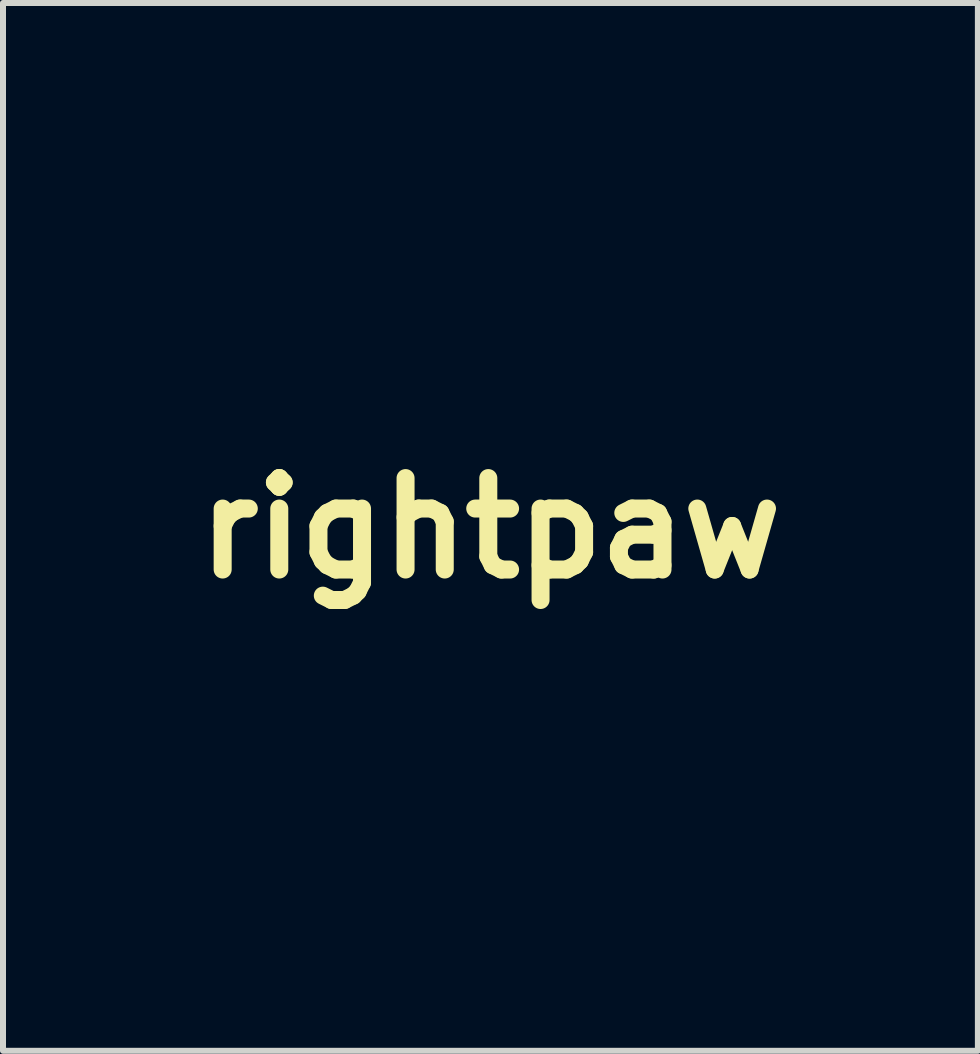
<source format=kicad_pcb>
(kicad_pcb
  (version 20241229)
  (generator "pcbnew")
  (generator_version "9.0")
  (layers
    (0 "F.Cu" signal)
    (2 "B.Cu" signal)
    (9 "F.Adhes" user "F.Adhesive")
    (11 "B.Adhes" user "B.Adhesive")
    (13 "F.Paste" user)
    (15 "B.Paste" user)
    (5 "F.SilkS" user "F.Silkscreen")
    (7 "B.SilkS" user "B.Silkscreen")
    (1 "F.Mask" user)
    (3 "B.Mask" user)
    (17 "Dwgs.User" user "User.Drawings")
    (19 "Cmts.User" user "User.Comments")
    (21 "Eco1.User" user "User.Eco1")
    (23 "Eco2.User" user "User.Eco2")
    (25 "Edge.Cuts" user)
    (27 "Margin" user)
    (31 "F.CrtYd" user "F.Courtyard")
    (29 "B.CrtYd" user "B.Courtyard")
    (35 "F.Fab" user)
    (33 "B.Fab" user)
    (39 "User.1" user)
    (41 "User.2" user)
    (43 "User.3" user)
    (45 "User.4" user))
  (footprint "rightpaw"
    (layer "F.Cu")
    (at 5.124 5.752)
    (property "Reference" "rightpaw" (at 0 0 0) (layer "F.SilkS") (effects (font (size 1.524 1.524) (thickness 0.3))))
    (attr through_hole)
    (fp_poly (pts (xy -4.166 -2.553) (xy -4.178 -2.54) (xy -4.191 -2.553) (xy -4.178 -2.565) (xy -4.166 -2.553)) (stroke (width 0.01) (type solid)) (fill yes) (layer "F.Mask"))
    (fp_poly (pts (xy -2.997 -3.924) (xy -3.01 -3.912) (xy -3.023 -3.924) (xy -3.01 -3.937) (xy -2.997 -3.924)) (stroke (width 0.01) (type solid)) (fill yes) (layer "F.Mask"))
    (fp_poly (pts (xy -0.737 5.601) (xy -0.749 5.613) (xy -0.762 5.601) (xy -0.749 5.588) (xy -0.737 5.601)) (stroke (width 0.01) (type solid)) (fill yes) (layer "F.Mask"))
    (fp_poly (pts (xy 1.422 -4.356) (xy 1.41 -4.343) (xy 1.397 -4.356) (xy 1.41 -4.369) (xy 1.422 -4.356)) (stroke (width 0.01) (type solid)) (fill yes) (layer "F.Mask"))
    (fp_poly (pts (xy -4.098 1.507) (xy -4.101 1.522) (xy -4.115 1.524) (xy -4.136 1.515) (xy -4.132 1.507) (xy -4.102 1.504) (xy -4.098 1.507)) (stroke (width 0.01) (type solid)) (fill yes) (layer "F.Mask"))
    (fp_poly (pts (xy -1.761 -1.998) (xy -1.758 -1.968) (xy -1.761 -1.964) (xy -1.776 -1.968) (xy -1.778 -1.981) (xy -1.769 -2.002) (xy -1.761 -1.998)) (stroke (width 0.01) (type solid)) (fill yes) (layer "F.Mask"))
    (fp_poly (pts (xy 0.271 -2.545) (xy 0.274 -2.505) (xy 0.269 -2.496) (xy 0.258 -2.504) (xy 0.256 -2.529) (xy 0.262 -2.557) (xy 0.271 -2.545)) (stroke (width 0.01) (type solid)) (fill yes) (layer "F.Mask"))
    (fp_poly (pts (xy 0.677 -4.35) (xy 0.681 -4.298) (xy 0.677 -4.286) (xy 0.668 -4.283) (xy 0.664 -4.318) (xy 0.668 -4.354) (xy 0.677 -4.35)) (stroke (width 0.01) (type solid)) (fill yes) (layer "F.Mask"))
    (fp_poly (pts (xy 3.294 -2.545) (xy 3.297 -2.505) (xy 3.292 -2.496) (xy 3.28 -2.504) (xy 3.279 -2.529) (xy 3.285 -2.557) (xy 3.294 -2.545)) (stroke (width 0.01) (type solid)) (fill yes) (layer "F.Mask"))
    (fp_poly (pts (xy -2.36 0.145) (xy -2.347 0.177) (xy -2.358 0.188) (xy -2.393 0.186) (xy -2.401 0.177) (xy -2.407 0.14) (xy -2.382 0.131) (xy -2.36 0.145)) (stroke (width 0.01) (type solid)) (fill yes) (layer "F.Mask"))
    (fp_poly (pts (xy 1.291 -0.168) (xy 1.319 -0.144) (xy 1.321 -0.138) (xy 1.309 -0.128) (xy 1.284 -0.151) (xy 1.28 -0.156) (xy 1.277 -0.174) (xy 1.291 -0.168)) (stroke (width 0.01) (type solid)) (fill yes) (layer "F.Mask"))
    (fp_poly (pts (xy 1.525 -0.05) (xy 1.547 -0.022) (xy 1.534 0.001) (xy 1.506 0.012) (xy 1.489 -0.015) (xy 1.479 -0.059) (xy 1.499 -0.064) (xy 1.525 -0.05)) (stroke (width 0.01) (type solid)) (fill yes) (layer "F.Mask"))
    (fp_poly (pts (xy 2.358 -2.403) (xy 2.386 -2.377) (xy 2.38 -2.362) (xy 2.376 -2.362) (xy 2.355 -2.38) (xy 2.347 -2.392) (xy 2.344 -2.409) (xy 2.358 -2.403)) (stroke (width 0.01) (type solid)) (fill yes) (layer "F.Mask"))
    (fp_poly (pts (xy 4.671 -1.012) (xy 4.684 -0.987) (xy 4.676 -0.969) (xy 4.652 -0.949) (xy 4.636 -0.964) (xy 4.629 -1.003) (xy 4.659 -1.015) (xy 4.671 -1.012)) (stroke (width 0.01) (type solid)) (fill yes) (layer "F.Mask"))
    (fp_poly (pts (xy 4.797 -0.828) (xy 4.824 -0.804) (xy 4.826 -0.799) (xy 4.814 -0.788) (xy 4.789 -0.812) (xy 4.785 -0.817) (xy 4.782 -0.834) (xy 4.797 -0.828)) (stroke (width 0.01) (type solid)) (fill yes) (layer "F.Mask"))
    (fp_poly (pts (xy -4.962 -2.182) (xy -4.961 -2.178) (xy -4.957 -2.122) (xy -4.962 -2.101) (xy -4.97 -2.101) (xy -4.973 -2.14) (xy -4.973 -2.146) (xy -4.97 -2.186) (xy -4.962 -2.182)) (stroke (width 0.01) (type solid)) (fill yes) (layer "F.Mask"))
    (fp_poly (pts (xy -1.508 -4.392) (xy -1.506 -4.387) (xy -1.503 -4.332) (xy -1.507 -4.311) (xy -1.516 -4.31) (xy -1.519 -4.35) (xy -1.519 -4.356) (xy -1.515 -4.395) (xy -1.508 -4.392)) (stroke (width 0.01) (type solid)) (fill yes) (layer "F.Mask"))
    (fp_poly (pts (xy 3.353 0.572) (xy 3.377 0.594) (xy 3.378 0.598) (xy 3.359 0.609) (xy 3.353 0.61) (xy 3.328 0.59) (xy 3.327 0.583) (xy 3.343 0.568) (xy 3.353 0.572)) (stroke (width 0.01) (type solid)) (fill yes) (layer "F.Mask"))
    (fp_poly (pts (xy -3.907 1.619) (xy -3.899 1.626) (xy -3.867 1.655) (xy -3.861 1.664) (xy -3.881 1.678) (xy -3.899 1.686) (xy -3.93 1.682) (xy -3.937 1.647) (xy -3.931 1.611) (xy -3.907 1.619)) (stroke (width 0.01) (type solid)) (fill yes) (layer "F.Mask"))
    (fp_poly (pts (xy -3.823 -3.594) (xy -3.81 -3.574) (xy -3.792 -3.524) (xy -3.793 -3.498) (xy -3.805 -3.482) (xy -3.808 -3.497) (xy -3.817 -3.545) (xy -3.825 -3.573) (xy -3.833 -3.605) (xy -3.823 -3.594)) (stroke (width 0.01) (type solid)) (fill yes) (layer "F.Mask"))
    (fp_poly (pts (xy -3.33 3.092) (xy -3.33 3.099) (xy -3.34 3.152) (xy -3.353 3.2) (xy -3.373 3.264) (xy -3.375 3.2) (xy -3.367 3.135) (xy -3.353 3.099) (xy -3.333 3.074) (xy -3.33 3.092)) (stroke (width 0.01) (type solid)) (fill yes) (layer "F.Mask"))
    (fp_poly (pts (xy 1.064 -0.435) (xy 1.095 -0.398) (xy 1.112 -0.372) (xy 1.142 -0.309) (xy 1.142 -0.281) (xy 1.117 -0.292) (xy 1.078 -0.342) (xy 1.051 -0.397) (xy 1.047 -0.435) (xy 1.064 -0.435)) (stroke (width 0.01) (type solid)) (fill yes) (layer "F.Mask"))
    (fp_poly (pts (xy 2.778 -1.698) (xy 2.783 -1.691) (xy 2.816 -1.634) (xy 2.808 -1.605) (xy 2.783 -1.6) (xy 2.747 -1.621) (xy 2.73 -1.653) (xy 2.723 -1.707) (xy 2.742 -1.724) (xy 2.778 -1.698)) (stroke (width 0.01) (type solid)) (fill yes) (layer "F.Mask"))
    (fp_poly (pts (xy 3.131 -0.158) (xy 3.147 -0.131) (xy 3.166 -0.074) (xy 3.153 -0.044) (xy 3.125 -0.035) (xy 3.11 -0.058) (xy 3.101 -0.118) (xy 3.104 -0.145) (xy 3.114 -0.172) (xy 3.131 -0.158)) (stroke (width 0.01) (type solid)) (fill yes) (layer "F.Mask"))
    (fp_poly (pts (xy -4.316 1.229) (xy -4.287 1.275) (xy -4.276 1.296) (xy -4.24 1.363) (xy -4.232 1.391) (xy -4.251 1.384) (xy -4.292 1.352) (xy -4.335 1.293) (xy -4.34 1.25) (xy -4.331 1.222) (xy -4.316 1.229)) (stroke (width 0.01) (type solid)) (fill yes) (layer "F.Mask"))
    (fp_poly (pts (xy -2.554 0.233) (xy -2.542 0.243) (xy -2.518 0.285) (xy -2.503 0.324) (xy -2.499 0.37) (xy -2.518 0.38) (xy -2.548 0.354) (xy -2.57 0.317) (xy -2.585 0.264) (xy -2.578 0.232) (xy -2.554 0.233)) (stroke (width 0.01) (type solid)) (fill yes) (layer "F.Mask"))
    (fp_poly (pts (xy 0.485 -1.774) (xy 0.503 -1.725) (xy 0.506 -1.67) (xy 0.495 -1.632) (xy 0.483 -1.626) (xy 0.459 -1.647) (xy 0.443 -1.688) (xy 0.437 -1.746) (xy 0.448 -1.784) (xy 0.469 -1.791) (xy 0.485 -1.774)) (stroke (width 0.01) (type solid)) (fill yes) (layer "F.Mask"))
    (fp_poly (pts (xy -1.812 0.185) (xy -1.826 0.213) (xy -1.865 0.24) (xy -1.916 0.259) (xy -1.961 0.265) (xy -1.981 0.252) (xy -1.981 0.251) (xy -1.96 0.222) (xy -1.91 0.194) (xy -1.853 0.179) (xy -1.84 0.178) (xy -1.812 0.185)) (stroke (width 0.01) (type solid)) (fill yes) (layer "F.Mask"))
    (fp_poly (pts (xy 4.317 -1.314) (xy 4.37 -1.296) (xy 4.382 -1.271) (xy 4.38 -1.267) (xy 4.356 -1.25) (xy 4.309 -1.251) (xy 4.255 -1.263) (xy 4.196 -1.284) (xy 4.179 -1.305) (xy 4.206 -1.319) (xy 4.235 -1.321) (xy 4.317 -1.314)) (stroke (width 0.01) (type solid)) (fill yes) (layer "F.Mask"))
    (fp_poly (pts (xy 4.907 -0.673) (xy 4.927 -0.634) (xy 4.943 -0.581) (xy 4.948 -0.532) (xy 4.947 -0.526) (xy 4.938 -0.5) (xy 4.926 -0.516) (xy 4.908 -0.57) (xy 4.892 -0.635) (xy 4.887 -0.675) (xy 4.888 -0.68) (xy 4.907 -0.673)) (stroke (width 0.01) (type solid)) (fill yes) (layer "F.Mask"))
    (fp_poly (pts (xy -3.39 1.885) (xy -3.355 1.9) (xy -3.353 1.905) (xy -3.376 1.92) (xy -3.433 1.929) (xy -3.469 1.93) (xy -3.539 1.926) (xy -3.57 1.912) (xy -3.569 1.905) (xy -3.535 1.889) (xy -3.472 1.88) (xy -3.453 1.88) (xy -3.39 1.885)) (stroke (width 0.01) (type solid)) (fill yes) (layer "F.Mask"))
    (fp_poly (pts (xy 2.137 0.077) (xy 2.084 0.113) (xy 2.044 0.127) (xy 1.992 0.135) (xy 1.964 0.143) (xy 1.933 0.151) (xy 1.942 0.135) (xy 1.956 0.12) (xy 2.004 0.088) (xy 2.077 0.059) (xy 2.095 0.054) (xy 2.197 0.028) (xy 2.137 0.077)) (stroke (width 0.01) (type solid)) (fill yes) (layer "F.Mask"))
    (fp_poly (pts (xy 4.52 3.353) (xy 4.507 3.399) (xy 4.475 3.46) (xy 4.47 3.467) (xy 4.438 3.51) (xy 4.422 3.521) (xy 4.421 3.518) (xy 4.431 3.481) (xy 4.455 3.432) (xy 4.483 3.384) (xy 4.508 3.352) (xy 4.52 3.35) (xy 4.52 3.353)) (stroke (width 0.01) (type solid)) (fill yes) (layer "F.Mask"))
    (fp_poly (pts (xy -3.386 3.719) (xy -3.383 3.74) (xy -3.38 3.818) (xy -3.383 3.89) (xy -3.391 3.942) (xy -3.404 3.951) (xy -3.426 3.928) (xy -3.447 3.893) (xy -3.447 3.849) (xy -3.427 3.778) (xy -3.426 3.777) (xy -3.404 3.715) (xy -3.393 3.697) (xy -3.386 3.719)) (stroke (width 0.01) (type solid)) (fill yes) (layer "F.Mask"))
    (fp_poly (pts (xy 2.62 4.577) (xy 2.655 4.586) (xy 2.647 4.599) (xy 2.6 4.615) (xy 2.518 4.632) (xy 2.431 4.643) (xy 2.322 4.652) (xy 2.261 4.65) (xy 2.243 4.638) (xy 2.243 4.637) (xy 2.278 4.61) (xy 2.357 4.589) (xy 2.476 4.577) (xy 2.539 4.575) (xy 2.62 4.577)) (stroke (width 0.01) (type solid)) (fill yes) (layer "F.Mask"))
    (fp_poly (pts (xy -2.893 2.197) (xy -2.924 2.249) (xy -2.984 2.34) (xy -3.002 2.368) (xy -3.065 2.466) (xy -3.127 2.568) (xy -3.164 2.635) (xy -3.196 2.689) (xy -3.212 2.708) (xy -3.211 2.692) (xy -3.15 2.53) (xy -3.062 2.373) (xy -2.974 2.261) (xy -2.919 2.204) (xy -2.892 2.182) (xy -2.893 2.197)) (stroke (width 0.01) (type solid)) (fill yes) (layer "F.Mask"))
    (fp_poly (pts (xy 3.159 0.058) (xy 3.198 0.109) (xy 3.206 0.122) (xy 3.227 0.173) (xy 3.248 0.245) (xy 3.265 0.325) (xy 3.276 0.396) (xy 3.277 0.445) (xy 3.271 0.457) (xy 3.255 0.436) (xy 3.225 0.38) (xy 3.191 0.308) (xy 3.153 0.211) (xy 3.131 0.131) (xy 3.125 0.075) (xy 3.135 0.048) (xy 3.159 0.058)) (stroke (width 0.01) (type solid)) (fill yes) (layer "F.Mask"))
    (fp_poly (pts (xy 0.361 -2.348) (xy 0.387 -2.301) (xy 0.416 -2.229) (xy 0.444 -2.147) (xy 0.466 -2.065) (xy 0.477 -2) (xy 0.483 -1.919) (xy 0.476 -1.886) (xy 0.455 -1.897) (xy 0.422 -1.942) (xy 0.402 -1.99) (xy 0.38 -2.067) (xy 0.361 -2.157) (xy 0.346 -2.245) (xy 0.339 -2.316) (xy 0.342 -2.356) (xy 0.344 -2.359) (xy 0.361 -2.348)) (stroke (width 0.01) (type solid)) (fill yes) (layer "F.Mask"))
    (fp_poly (pts (xy 2.516 -2.239) (xy 2.553 -2.195) (xy 2.6 -2.128) (xy 2.649 -2.048) (xy 2.694 -1.968) (xy 2.727 -1.897) (xy 2.743 -1.848) (xy 2.743 -1.842) (xy 2.728 -1.828) (xy 2.691 -1.847) (xy 2.65 -1.886) (xy 2.618 -1.933) (xy 2.58 -2.004) (xy 2.543 -2.085) (xy 2.513 -2.163) (xy 2.495 -2.222) (xy 2.494 -2.249) (xy 2.516 -2.239)) (stroke (width 0.01) (type solid)) (fill yes) (layer "F.Mask"))
    (fp_poly (pts (xy -3.047 4.968) (xy -2.988 5.009) (xy -2.915 5.066) (xy -2.903 5.075) (xy -2.814 5.147) (xy -2.723 5.216) (xy -2.655 5.266) (xy -2.604 5.305) (xy -2.586 5.329) (xy -2.595 5.334) (xy -2.635 5.321) (xy -2.703 5.285) (xy -2.783 5.235) (xy -2.785 5.234) (xy -2.868 5.174) (xy -2.947 5.11) (xy -3.015 5.049) (xy -3.064 4.997) (xy -3.087 4.963) (xy -3.08 4.953) (xy -3.047 4.968)) (stroke (width 0.01) (type solid)) (fill yes) (layer "F.Mask"))
    (fp_poly (pts (xy 4.132 -1.433) (xy 4.179 -1.417) (xy 4.191 -1.396) (xy 4.168 -1.387) (xy 4.108 -1.384) (xy 4.03 -1.389) (xy 3.938 -1.395) (xy 3.881 -1.391) (xy 3.843 -1.373) (xy 3.82 -1.352) (xy 3.778 -1.325) (xy 3.716 -1.304) (xy 3.645 -1.29) (xy 3.578 -1.285) (xy 3.528 -1.289) (xy 3.508 -1.304) (xy 3.514 -1.318) (xy 3.585 -1.371) (xy 3.698 -1.409) (xy 3.844 -1.433) (xy 3.912 -1.437) (xy 4.045 -1.439) (xy 4.132 -1.433)) (stroke (width 0.01) (type solid)) (fill yes) (layer "F.Mask"))
    (fp_poly (pts (xy -1.201 -0.165) (xy -1.205 -0.129) (xy -1.245 -0.003) (xy -1.327 0.099) (xy -1.452 0.18) (xy -1.562 0.223) (xy -1.665 0.255) (xy -1.729 0.273) (xy -1.763 0.277) (xy -1.776 0.269) (xy -1.778 0.254) (xy -1.755 0.235) (xy -1.699 0.217) (xy -1.671 0.212) (xy -1.59 0.188) (xy -1.524 0.15) (xy -1.512 0.14) (xy -1.462 0.085) (xy -1.398 0.012) (xy -1.329 -0.067) (xy -1.268 -0.14) (xy -1.225 -0.193) (xy -1.214 -0.207) (xy -1.201 -0.21) (xy -1.201 -0.165)) (stroke (width 0.01) (type solid)) (fill yes) (layer "F.Mask"))
    (fp_poly (pts (xy -2.632 1.627) (xy -2.658 1.677) (xy -2.672 1.702) (xy -2.768 1.824) (xy -2.895 1.926) (xy -3.039 1.999) (xy -3.153 2.029) (xy -3.236 2.038) (xy -3.3 2.04) (xy -3.323 2.038) (xy -3.357 2.019) (xy -3.346 2.002) (xy -3.297 1.99) (xy -3.218 1.986) (xy -3.2 1.986) (xy -3.066 1.975) (xy -2.97 1.935) (xy -2.913 1.868) (xy -2.9 1.818) (xy -2.88 1.763) (xy -2.826 1.722) (xy -2.798 1.71) (xy -2.724 1.673) (xy -2.662 1.635) (xy -2.656 1.629) (xy -2.632 1.613) (xy -2.632 1.627)) (stroke (width 0.01) (type solid)) (fill yes) (layer "F.Mask"))
    (fp_poly (pts (xy 4.17 3.909) (xy 4.131 3.951) (xy 4.057 4.025) (xy 4.037 4.045) (xy 3.817 4.234) (xy 3.578 4.39) (xy 3.333 4.505) (xy 3.319 4.51) (xy 3.224 4.54) (xy 3.129 4.566) (xy 3.042 4.584) (xy 2.974 4.593) (xy 2.935 4.591) (xy 2.934 4.578) (xy 2.973 4.555) (xy 3.039 4.528) (xy 3.061 4.521) (xy 3.14 4.49) (xy 3.251 4.441) (xy 3.381 4.379) (xy 3.519 4.311) (xy 3.651 4.242) (xy 3.766 4.179) (xy 3.85 4.128) (xy 3.868 4.116) (xy 3.952 4.056) (xy 4.048 3.986) (xy 4.102 3.947) (xy 4.154 3.91) (xy 4.177 3.897) (xy 4.17 3.909)) (stroke (width 0.01) (type solid)) (fill yes) (layer "F.Mask"))
    (fp_poly (pts (xy -2.559 5.419) (xy -2.323 5.514) (xy -2.11 5.585) (xy -1.923 5.631) (xy -1.766 5.65) (xy -1.643 5.643) (xy -1.558 5.608) (xy -1.555 5.607) (xy -1.511 5.595) (xy -1.424 5.594) (xy -1.327 5.601) (xy -1.199 5.611) (xy -1.06 5.618) (xy -0.953 5.62) (xy -0.775 5.619) (xy -0.876 5.657) (xy -0.957 5.677) (xy -1.077 5.691) (xy -1.222 5.701) (xy -1.382 5.705) (xy -1.543 5.704) (xy -1.694 5.697) (xy -1.823 5.684) (xy -1.854 5.679) (xy -2.01 5.649) (xy -2.164 5.614) (xy -2.304 5.577) (xy -2.421 5.541) (xy -2.504 5.509) (xy -2.529 5.496) (xy -2.571 5.46) (xy -2.59 5.428) (xy -2.583 5.413) (xy -2.559 5.419)) (stroke (width 0.01) (type solid)) (fill yes) (layer "F.Mask"))
    (fp_poly (pts (xy -1.495 -5.518) (xy -1.455 -5.495) (xy -1.395 -5.449) (xy -1.317 -5.378) (xy -1.233 -5.296) (xy -1.158 -5.216) (xy -1.106 -5.153) (xy -1.1 -5.144) (xy -1.065 -5.081) (xy -1.036 -5.023) (xy -1.005 -4.973) (xy -0.975 -4.953) (xy -0.941 -4.933) (xy -0.93 -4.913) (xy -0.916 -4.864) (xy -0.923 -4.855) (xy -0.943 -4.877) (xy -0.962 -4.901) (xy -0.959 -4.881) (xy -0.957 -4.873) (xy -0.941 -4.823) (xy -0.919 -4.749) (xy -0.912 -4.727) (xy -0.889 -4.663) (xy -0.869 -4.626) (xy -0.863 -4.623) (xy -0.845 -4.601) (xy -0.818 -4.546) (xy -0.8 -4.502) (xy -0.77 -4.428) (xy -0.743 -4.373) (xy -0.733 -4.357) (xy -0.713 -4.312) (xy -0.711 -4.295) (xy -0.704 -4.254) (xy -0.686 -4.179) (xy -0.66 -4.084) (xy -0.651 -4.053) (xy -0.605 -3.888) (xy -0.574 -3.748) (xy -0.557 -3.64) (xy -0.555 -3.571) (xy -0.561 -3.552) (xy -0.597 -3.531) (xy -0.671 -3.512) (xy -0.768 -3.496) (xy -0.877 -3.486) (xy -0.953 -3.484) (xy -1.022 -3.491) (xy -1.078 -3.519) (xy -1.14 -3.578) (xy -1.143 -3.581) (xy -1.246 -3.705) (xy -1.325 -3.83) (xy -1.382 -3.967) (xy -1.422 -4.127) (xy -1.449 -4.319) (xy -1.461 -4.463) (xy -1.48 -4.602) (xy -1.516 -4.755) (xy -1.565 -4.909) (xy -1.623 -5.051) (xy -1.683 -5.167) (xy -1.738 -5.24) (xy -1.786 -5.302) (xy -1.814 -5.368) (xy -1.816 -5.415) (xy -1.786 -5.44) (xy -1.723 -5.472) (xy -1.664 -5.494) (xy -1.584 -5.519) (xy -1.534 -5.527) (xy -1.495 -5.518)) (stroke (width 0.01) (type solid)) (fill yes) (layer "F.Mask"))
    (fp_poly (pts (xy 3.176 -4.118) (xy 3.232 -4.087) (xy 3.3 -4.042) (xy 3.366 -3.991) (xy 3.418 -3.944) (xy 3.439 -3.917) (xy 3.476 -3.869) (xy 3.497 -3.853) (xy 3.527 -3.815) (xy 3.531 -3.797) (xy 3.55 -3.756) (xy 3.579 -3.728) (xy 3.615 -3.688) (xy 3.66 -3.618) (xy 3.7 -3.543) (xy 3.741 -3.462) (xy 3.779 -3.399) (xy 3.804 -3.371) (xy 3.831 -3.33) (xy 3.835 -3.307) (xy 3.831 -3.278) (xy 3.812 -3.295) (xy 3.807 -3.302) (xy 3.787 -3.327) (xy 3.789 -3.31) (xy 3.791 -3.302) (xy 3.804 -3.257) (xy 3.823 -3.182) (xy 3.837 -3.131) (xy 3.858 -3.057) (xy 3.878 -3.008) (xy 3.888 -2.997) (xy 3.907 -2.976) (xy 3.923 -2.931) (xy 3.944 -2.865) (xy 3.975 -2.783) (xy 3.985 -2.759) (xy 4.007 -2.707) (xy 4.027 -2.647) (xy 4.047 -2.572) (xy 4.071 -2.472) (xy 4.1 -2.338) (xy 4.126 -2.21) (xy 4.15 -2.1) (xy 4.177 -1.988) (xy 4.194 -1.923) (xy 4.213 -1.839) (xy 4.213 -1.78) (xy 4.188 -1.74) (xy 4.131 -1.715) (xy 4.036 -1.701) (xy 3.897 -1.693) (xy 3.88 -1.692) (xy 3.683 -1.685) (xy 3.652 -1.788) (xy 3.62 -1.87) (xy 3.573 -1.967) (xy 3.541 -2.025) (xy 3.483 -2.141) (xy 3.423 -2.295) (xy 3.364 -2.477) (xy 3.311 -2.676) (xy 3.302 -2.713) (xy 3.278 -2.805) (xy 3.25 -2.887) (xy 3.236 -2.918) (xy 3.212 -2.98) (xy 3.182 -3.077) (xy 3.149 -3.197) (xy 3.116 -3.326) (xy 3.088 -3.449) (xy 3.067 -3.553) (xy 3.063 -3.583) (xy 3.06 -3.694) (xy 3.085 -3.774) (xy 3.108 -3.844) (xy 3.122 -3.936) (xy 3.124 -3.98) (xy 3.128 -4.057) (xy 3.137 -4.111) (xy 3.145 -4.125) (xy 3.176 -4.118)) (stroke (width 0.01) (type solid)) (fill yes) (layer "F.Mask"))
    (fp_poly (pts (xy -4.47 -3.865) (xy -4.475 -3.77) (xy -4.472 -3.655) (xy -4.465 -3.579) (xy -4.453 -3.485) (xy -4.443 -3.404) (xy -4.438 -3.361) (xy -4.425 -3.308) (xy -4.413 -3.287) (xy -4.4 -3.251) (xy -4.394 -3.188) (xy -4.394 -3.183) (xy -4.388 -3.126) (xy -4.374 -3.099) (xy -4.372 -3.099) (xy -4.356 -3.076) (xy -4.334 -3.015) (xy -4.31 -2.929) (xy -4.305 -2.91) (xy -4.279 -2.817) (xy -4.252 -2.746) (xy -4.229 -2.709) (xy -4.226 -2.707) (xy -4.196 -2.674) (xy -4.191 -2.649) (xy -4.196 -2.619) (xy -4.214 -2.636) (xy -4.218 -2.642) (xy -4.235 -2.657) (xy -4.236 -2.63) (xy -4.232 -2.603) (xy -4.218 -2.524) (xy -4.202 -2.436) (xy -4.202 -2.432) (xy -4.187 -2.371) (xy -4.169 -2.338) (xy -4.165 -2.337) (xy -4.144 -2.313) (xy -4.119 -2.25) (xy -4.092 -2.157) (xy -4.067 -2.044) (xy -4.045 -1.923) (xy -4.029 -1.802) (xy -4.025 -1.753) (xy -4.018 -1.638) (xy -4.017 -1.558) (xy -4.026 -1.496) (xy -4.046 -1.435) (xy -4.081 -1.358) (xy -4.089 -1.342) (xy -4.16 -1.211) (xy -4.232 -1.119) (xy -4.315 -1.056) (xy -4.388 -1.022) (xy -4.486 -0.987) (xy -4.547 -0.973) (xy -4.584 -0.979) (xy -4.606 -1.007) (xy -4.617 -1.037) (xy -4.632 -1.094) (xy -4.631 -1.127) (xy -4.63 -1.127) (xy -4.626 -1.163) (xy -4.64 -1.235) (xy -4.669 -1.333) (xy -4.71 -1.447) (xy -4.76 -1.568) (xy -4.766 -1.581) (xy -4.82 -1.716) (xy -4.86 -1.851) (xy -4.889 -2.001) (xy -4.909 -2.182) (xy -4.914 -2.25) (xy -4.925 -2.377) (xy -4.939 -2.516) (xy -4.949 -2.605) (xy -4.96 -2.75) (xy -4.962 -2.901) (xy -4.956 -3.05) (xy -4.942 -3.189) (xy -4.922 -3.309) (xy -4.897 -3.399) (xy -4.867 -3.452) (xy -4.852 -3.462) (xy -4.818 -3.49) (xy -4.774 -3.552) (xy -4.729 -3.635) (xy -4.729 -3.635) (xy -4.673 -3.736) (xy -4.605 -3.833) (xy -4.553 -3.893) (xy -4.454 -3.989) (xy -4.47 -3.865)) (stroke (width 0.01) (type solid)) (fill yes) (layer "F.Mask"))
    (fp_poly (pts (xy -3.39 -5.013) (xy -3.377 -4.948) (xy -3.366 -4.871) (xy -3.352 -4.798) (xy -3.336 -4.748) (xy -3.328 -4.738) (xy -3.313 -4.707) (xy -3.297 -4.643) (xy -3.289 -4.597) (xy -3.273 -4.516) (xy -3.252 -4.455) (xy -3.24 -4.437) (xy -3.215 -4.397) (xy -3.184 -4.325) (xy -3.163 -4.267) (xy -3.133 -4.186) (xy -3.104 -4.125) (xy -3.087 -4.102) (xy -3.056 -4.059) (xy -3.037 -4.013) (xy -3.029 -3.974) (xy -3.039 -3.978) (xy -3.046 -3.988) (xy -3.068 -4.009) (xy -3.07 -3.983) (xy -3.054 -3.911) (xy -3.034 -3.84) (xy -3.009 -3.767) (xy -2.984 -3.719) (xy -2.971 -3.708) (xy -2.949 -3.688) (xy -2.946 -3.669) (xy -2.935 -3.623) (xy -2.908 -3.555) (xy -2.899 -3.536) (xy -2.869 -3.458) (xy -2.839 -3.346) (xy -2.813 -3.22) (xy -2.794 -3.097) (xy -2.786 -2.994) (xy -2.786 -2.985) (xy -2.797 -2.891) (xy -2.825 -2.782) (xy -2.864 -2.677) (xy -2.908 -2.595) (xy -2.925 -2.573) (xy -2.982 -2.531) (xy -3.038 -2.515) (xy -3.109 -2.505) (xy -3.154 -2.493) (xy -3.213 -2.48) (xy -3.245 -2.482) (xy -3.276 -2.509) (xy -3.31 -2.559) (xy -3.337 -2.613) (xy -3.346 -2.653) (xy -3.343 -2.66) (xy -3.346 -2.691) (xy -3.373 -2.756) (xy -3.421 -2.847) (xy -3.486 -2.958) (xy -3.563 -3.08) (xy -3.566 -3.085) (xy -3.62 -3.172) (xy -3.661 -3.246) (xy -3.682 -3.296) (xy -3.683 -3.304) (xy -3.692 -3.355) (xy -3.716 -3.425) (xy -3.721 -3.438) (xy -3.747 -3.519) (xy -3.759 -3.594) (xy -3.759 -3.601) (xy -3.766 -3.66) (xy -3.783 -3.75) (xy -3.807 -3.854) (xy -3.812 -3.875) (xy -3.858 -4.145) (xy -3.864 -4.301) (xy -3.859 -4.42) (xy -3.846 -4.536) (xy -3.827 -4.641) (xy -3.805 -4.724) (xy -3.781 -4.776) (xy -3.758 -4.787) (xy -3.757 -4.787) (xy -3.727 -4.795) (xy -3.677 -4.833) (xy -3.638 -4.872) (xy -3.569 -4.939) (xy -3.502 -4.996) (xy -3.474 -5.016) (xy -3.433 -5.04) (xy -3.407 -5.041) (xy -3.39 -5.013)) (stroke (width 0.01) (type solid)) (fill yes) (layer "F.Mask"))
    (fp_poly (pts (xy 0.477 -5.744) (xy 0.522 -5.723) (xy 0.533 -5.7) (xy 0.552 -5.667) (xy 0.601 -5.616) (xy 0.656 -5.569) (xy 0.731 -5.503) (xy 0.804 -5.427) (xy 0.865 -5.353) (xy 0.905 -5.291) (xy 0.914 -5.261) (xy 0.93 -5.229) (xy 0.965 -5.182) (xy 1.002 -5.125) (xy 1.016 -5.077) (xy 1.034 -5.027) (xy 1.07 -4.981) (xy 1.107 -4.933) (xy 1.154 -4.855) (xy 1.201 -4.762) (xy 1.204 -4.755) (xy 1.249 -4.663) (xy 1.292 -4.586) (xy 1.326 -4.538) (xy 1.328 -4.536) (xy 1.362 -4.491) (xy 1.371 -4.462) (xy 1.36 -4.452) (xy 1.343 -4.47) (xy 1.323 -4.496) (xy 1.325 -4.479) (xy 1.327 -4.47) (xy 1.367 -4.344) (xy 1.405 -4.235) (xy 1.438 -4.15) (xy 1.462 -4.1) (xy 1.473 -4.089) (xy 1.493 -4.068) (xy 1.509 -4.025) (xy 1.529 -3.966) (xy 1.561 -3.883) (xy 1.585 -3.828) (xy 1.62 -3.731) (xy 1.656 -3.596) (xy 1.69 -3.437) (xy 1.719 -3.269) (xy 1.735 -3.15) (xy 1.733 -3.072) (xy 1.716 -2.977) (xy 1.703 -2.934) (xy 1.675 -2.86) (xy 1.648 -2.82) (xy 1.603 -2.801) (xy 1.535 -2.791) (xy 1.442 -2.778) (xy 1.358 -2.763) (xy 1.333 -2.757) (xy 1.266 -2.753) (xy 1.219 -2.782) (xy 1.215 -2.786) (xy 1.164 -2.858) (xy 1.117 -2.949) (xy 1.081 -3.039) (xy 1.067 -3.109) (xy 1.067 -3.111) (xy 1.057 -3.187) (xy 1.03 -3.3) (xy 0.987 -3.441) (xy 0.933 -3.601) (xy 0.878 -3.747) (xy 0.839 -3.851) (xy 0.809 -3.942) (xy 0.791 -4.007) (xy 0.788 -4.026) (xy 0.783 -4.076) (xy 0.768 -4.158) (xy 0.751 -4.242) (xy 0.726 -4.36) (xy 0.699 -4.486) (xy 0.683 -4.559) (xy 0.662 -4.647) (xy 0.639 -4.718) (xy 0.623 -4.75) (xy 0.599 -4.793) (xy 0.565 -4.866) (xy 0.534 -4.94) (xy 0.486 -5.048) (xy 0.426 -5.168) (xy 0.383 -5.245) (xy 0.332 -5.341) (xy 0.304 -5.419) (xy 0.294 -5.504) (xy 0.293 -5.549) (xy 0.295 -5.636) (xy 0.305 -5.687) (xy 0.328 -5.716) (xy 0.35 -5.729) (xy 0.414 -5.747) (xy 0.477 -5.744)) (stroke (width 0.01) (type solid)) (fill yes) (layer "F.Mask"))
    (fp_poly (pts (xy 4 -1.297) (xy 3.993 -1.267) (xy 3.973 -1.25) (xy 3.957 -1.233) (xy 3.982 -1.22) (xy 4.036 -1.21) (xy 4.1 -1.194) (xy 4.137 -1.173) (xy 4.14 -1.166) (xy 4.16 -1.151) (xy 4.189 -1.155) (xy 4.237 -1.155) (xy 4.256 -1.14) (xy 4.261 -1.122) (xy 4.242 -1.13) (xy 4.22 -1.137) (xy 4.227 -1.122) (xy 4.265 -1.097) (xy 4.295 -1.092) (xy 4.372 -1.077) (xy 4.461 -1.039) (xy 4.551 -0.985) (xy 4.629 -0.924) (xy 4.682 -0.864) (xy 4.699 -0.819) (xy 4.713 -0.777) (xy 4.748 -0.719) (xy 4.752 -0.713) (xy 4.79 -0.634) (xy 4.82 -0.51) (xy 4.832 -0.429) (xy 4.849 -0.319) (xy 4.871 -0.23) (xy 4.894 -0.176) (xy 4.897 -0.171) (xy 4.917 -0.123) (xy 4.932 -0.036) (xy 4.943 0.076) (xy 4.948 0.202) (xy 4.948 0.328) (xy 4.943 0.443) (xy 4.931 0.533) (xy 4.916 0.582) (xy 4.894 0.635) (xy 4.89 0.665) (xy 4.891 0.666) (xy 4.891 0.695) (xy 4.877 0.751) (xy 4.874 0.76) (xy 4.847 0.814) (xy 4.821 0.818) (xy 4.82 0.817) (xy 4.772 0.803) (xy 4.703 0.833) (xy 4.613 0.903) (xy 4.545 0.972) (xy 4.484 1.039) (xy 4.439 1.091) (xy 4.42 1.118) (xy 4.42 1.119) (xy 4.398 1.145) (xy 4.342 1.178) (xy 4.268 1.212) (xy 4.19 1.241) (xy 4.126 1.256) (xy 4.054 1.258) (xy 3.98 1.24) (xy 3.886 1.196) (xy 3.882 1.195) (xy 3.801 1.145) (xy 3.728 1.089) (xy 3.671 1.035) (xy 3.641 0.992) (xy 3.642 0.972) (xy 3.67 0.974) (xy 3.708 0.991) (xy 3.76 1.011) (xy 3.776 1.003) (xy 3.755 0.976) (xy 3.712 0.947) (xy 3.659 0.906) (xy 3.633 0.866) (xy 3.632 0.861) (xy 3.617 0.818) (xy 3.579 0.756) (xy 3.553 0.721) (xy 3.482 0.619) (xy 3.416 0.499) (xy 3.362 0.375) (xy 3.326 0.265) (xy 3.316 0.196) (xy 3.302 0.112) (xy 3.27 0.073) (xy 3.236 0.03) (xy 3.226 -0.015) (xy 3.215 -0.07) (xy 3.185 -0.151) (xy 3.152 -0.224) (xy 3.105 -0.333) (xy 3.083 -0.436) (xy 3.078 -0.534) (xy 3.088 -0.715) (xy 3.122 -0.853) (xy 3.173 -0.944) (xy 3.216 -0.984) (xy 3.239 -0.981) (xy 3.242 -0.938) (xy 3.223 -0.86) (xy 3.215 -0.837) (xy 3.188 -0.738) (xy 3.187 -0.669) (xy 3.211 -0.637) (xy 3.223 -0.635) (xy 3.246 -0.657) (xy 3.272 -0.71) (xy 3.277 -0.726) (xy 3.308 -0.79) (xy 3.341 -0.803) (xy 3.343 -0.803) (xy 3.372 -0.809) (xy 3.383 -0.859) (xy 3.38 -0.919) (xy 3.392 -0.999) (xy 3.447 -1.077) (xy 3.548 -1.155) (xy 3.654 -1.216) (xy 3.795 -1.282) (xy 3.901 -1.316) (xy 3.972 -1.317) (xy 4 -1.297)) (stroke (width 0.01) (type solid)) (fill yes) (layer "F.Mask"))
    (fp_poly (pts (xy -3.708 -0.958) (xy -3.613 -0.943) (xy -3.515 -0.919) (xy -3.426 -0.888) (xy -3.36 -0.856) (xy -3.328 -0.827) (xy -3.327 -0.822) (xy -3.349 -0.815) (xy -3.404 -0.819) (xy -3.418 -0.821) (xy -3.476 -0.828) (xy -3.492 -0.82) (xy -3.479 -0.799) (xy -3.43 -0.769) (xy -3.391 -0.762) (xy -3.338 -0.743) (xy -3.264 -0.69) (xy -3.177 -0.612) (xy -3.084 -0.517) (xy -2.993 -0.414) (xy -2.911 -0.309) (xy -2.848 -0.213) (xy -2.826 -0.172) (xy -2.788 -0.084) (xy -2.763 -0.013) (xy -2.757 0.03) (xy -2.757 0.033) (xy -2.749 0.071) (xy -2.712 0.12) (xy -2.706 0.126) (xy -2.662 0.182) (xy -2.642 0.236) (xy -2.642 0.239) (xy -2.629 0.286) (xy -2.595 0.36) (xy -2.548 0.443) (xy -2.499 0.53) (xy -2.465 0.614) (xy -2.444 0.708) (xy -2.433 0.825) (xy -2.428 0.977) (xy -2.428 1.006) (xy -2.433 1.129) (xy -2.45 1.208) (xy -2.461 1.229) (xy -2.492 1.257) (xy -2.512 1.248) (xy -2.523 1.198) (xy -2.527 1.103) (xy -2.527 1.073) (xy -2.532 0.977) (xy -2.545 0.916) (xy -2.563 0.895) (xy -2.582 0.916) (xy -2.6 0.985) (xy -2.6 0.99) (xy -2.616 1.053) (xy -2.634 1.089) (xy -2.639 1.092) (xy -2.668 1.113) (xy -2.681 1.157) (xy -2.671 1.199) (xy -2.668 1.203) (xy -2.641 1.253) (xy -2.643 1.321) (xy -2.678 1.411) (xy -2.746 1.528) (xy -2.849 1.676) (xy -2.859 1.69) (xy -2.936 1.79) (xy -2.995 1.854) (xy -3.045 1.89) (xy -3.094 1.904) (xy -3.118 1.905) (xy -3.142 1.9) (xy -3.131 1.876) (xy -3.111 1.854) (xy -3.086 1.823) (xy -3.09 1.809) (xy -3.13 1.804) (xy -3.184 1.803) (xy -3.256 1.798) (xy -3.297 1.784) (xy -3.302 1.776) (xy -3.324 1.76) (xy -3.385 1.765) (xy -3.435 1.771) (xy -3.438 1.762) (xy -3.433 1.758) (xy -3.42 1.733) (xy -3.451 1.714) (xy -3.518 1.703) (xy -3.564 1.702) (xy -3.656 1.69) (xy -3.762 1.659) (xy -3.86 1.617) (xy -3.932 1.57) (xy -3.94 1.563) (xy -4.049 1.446) (xy -4.128 1.357) (xy -4.182 1.288) (xy -4.218 1.232) (xy -4.24 1.18) (xy -4.246 1.161) (xy -4.273 1.082) (xy -4.302 1.017) (xy -4.31 1.004) (xy -4.337 0.947) (xy -4.343 0.912) (xy -4.362 0.865) (xy -4.392 0.835) (xy -4.431 0.784) (xy -4.471 0.694) (xy -4.51 0.577) (xy -4.544 0.445) (xy -4.571 0.309) (xy -4.588 0.181) (xy -4.592 0.073) (xy -4.584 0.006) (xy -4.571 -0.067) (xy -4.563 -0.154) (xy -4.563 -0.163) (xy -4.556 -0.229) (xy -4.535 -0.259) (xy -4.503 -0.267) (xy -4.423 -0.296) (xy -4.36 -0.363) (xy -4.33 -0.436) (xy -4.308 -0.494) (xy -4.28 -0.524) (xy -4.252 -0.556) (xy -4.233 -0.609) (xy -4.199 -0.689) (xy -4.131 -0.779) (xy -4.044 -0.864) (xy -3.971 -0.917) (xy -3.914 -0.947) (xy -3.856 -0.961) (xy -3.78 -0.963) (xy -3.708 -0.958)) (stroke (width 0.01) (type solid)) (fill yes) (layer "F.Mask"))
    (fp_poly (pts (xy 1.657 -2.74) (xy 1.752 -2.729) (xy 1.813 -2.709) (xy 1.818 -2.706) (xy 1.845 -2.682) (xy 1.837 -2.671) (xy 1.787 -2.668) (xy 1.77 -2.668) (xy 1.709 -2.662) (xy 1.688 -2.646) (xy 1.689 -2.642) (xy 1.722 -2.625) (xy 1.786 -2.617) (xy 1.806 -2.616) (xy 1.904 -2.6) (xy 1.976 -2.553) (xy 2.029 -2.511) (xy 2.07 -2.49) (xy 2.074 -2.489) (xy 2.122 -2.47) (xy 2.187 -2.419) (xy 2.262 -2.345) (xy 2.339 -2.257) (xy 2.412 -2.163) (xy 2.473 -2.074) (xy 2.514 -1.997) (xy 2.53 -1.943) (xy 2.526 -1.928) (xy 2.532 -1.896) (xy 2.568 -1.847) (xy 2.588 -1.828) (xy 2.638 -1.773) (xy 2.665 -1.724) (xy 2.667 -1.713) (xy 2.681 -1.67) (xy 2.718 -1.604) (xy 2.761 -1.54) (xy 2.824 -1.435) (xy 2.867 -1.321) (xy 2.893 -1.184) (xy 2.904 -1.013) (xy 2.905 -0.973) (xy 2.902 -0.853) (xy 2.888 -0.778) (xy 2.875 -0.757) (xy 2.84 -0.74) (xy 2.818 -0.766) (xy 2.812 -0.827) (xy 2.819 -0.886) (xy 2.825 -0.971) (xy 2.813 -1.042) (xy 2.787 -1.086) (xy 2.769 -1.092) (xy 2.751 -1.07) (xy 2.743 -1.018) (xy 2.729 -0.949) (xy 2.701 -0.902) (xy 2.675 -0.863) (xy 2.676 -0.813) (xy 2.687 -0.772) (xy 2.698 -0.65) (xy 2.659 -0.526) (xy 2.621 -0.464) (xy 2.575 -0.391) (xy 2.53 -0.31) (xy 2.527 -0.305) (xy 2.5 -0.249) (xy 2.496 -0.232) (xy 2.517 -0.247) (xy 2.532 -0.26) (xy 2.581 -0.294) (xy 2.612 -0.305) (xy 2.65 -0.321) (xy 2.692 -0.356) (xy 2.728 -0.384) (xy 2.743 -0.38) (xy 2.743 -0.38) (xy 2.721 -0.311) (xy 2.656 -0.216) (xy 2.546 -0.096) (xy 2.494 -0.044) (xy 2.393 0.049) (xy 2.323 0.105) (xy 2.28 0.126) (xy 2.262 0.113) (xy 2.261 0.103) (xy 2.28 0.076) (xy 2.33 0.033) (xy 2.373 0.001) (xy 2.447 -0.06) (xy 2.497 -0.121) (xy 2.515 -0.171) (xy 2.507 -0.194) (xy 2.483 -0.186) (xy 2.44 -0.151) (xy 2.43 -0.141) (xy 2.37 -0.092) (xy 2.33 -0.078) (xy 2.315 -0.101) (xy 2.319 -0.127) (xy 2.323 -0.17) (xy 2.302 -0.171) (xy 2.257 -0.136) (xy 2.196 -0.101) (xy 2.141 -0.084) (xy 2.034 -0.072) (xy 1.911 -0.063) (xy 1.786 -0.058) (xy 1.676 -0.057) (xy 1.596 -0.061) (xy 1.58 -0.063) (xy 1.51 -0.094) (xy 1.424 -0.157) (xy 1.333 -0.24) (xy 1.249 -0.333) (xy 1.183 -0.424) (xy 1.144 -0.503) (xy 1.143 -0.506) (xy 1.116 -0.593) (xy 1.081 -0.683) (xy 1.045 -0.762) (xy 1.014 -0.818) (xy 0.993 -0.838) (xy 0.977 -0.861) (xy 0.953 -0.919) (xy 0.928 -0.997) (xy 0.901 -1.091) (xy 0.876 -1.174) (xy 0.861 -1.219) (xy 0.843 -1.288) (xy 0.837 -1.333) (xy 0.835 -1.38) (xy 0.831 -1.464) (xy 0.827 -1.57) (xy 0.824 -1.632) (xy 0.82 -1.746) (xy 0.82 -1.818) (xy 0.826 -1.859) (xy 0.839 -1.876) (xy 0.86 -1.88) (xy 0.912 -1.896) (xy 0.956 -1.948) (xy 0.994 -2.039) (xy 1.028 -2.173) (xy 1.055 -2.331) (xy 1.09 -2.449) (xy 1.154 -2.56) (xy 1.235 -2.65) (xy 1.324 -2.705) (xy 1.336 -2.709) (xy 1.434 -2.73) (xy 1.546 -2.74) (xy 1.657 -2.74)) (stroke (width 0.01) (type solid)) (fill yes) (layer "F.Mask"))
    (fp_poly (pts (xy 0.709 0.611) (xy 0.807 0.629) (xy 0.896 0.649) (xy 0.969 0.671) (xy 1.016 0.69) (xy 1.03 0.703) (xy 1.007 0.709) (xy 0.975 0.72) (xy 0.985 0.744) (xy 1.029 0.776) (xy 1.1 0.81) (xy 1.149 0.827) (xy 1.269 0.851) (xy 1.398 0.843) (xy 1.544 0.802) (xy 1.716 0.725) (xy 1.737 0.714) (xy 1.835 0.665) (xy 1.904 0.64) (xy 1.96 0.632) (xy 2.019 0.638) (xy 2.019 0.638) (xy 2.087 0.646) (xy 2.19 0.652) (xy 2.313 0.656) (xy 2.4 0.657) (xy 2.638 0.672) (xy 2.876 0.711) (xy 3.101 0.772) (xy 3.302 0.851) (xy 3.446 0.931) (xy 3.618 1.059) (xy 3.787 1.204) (xy 3.944 1.359) (xy 4.083 1.516) (xy 4.196 1.666) (xy 4.275 1.802) (xy 4.295 1.848) (xy 4.307 1.881) (xy 4.309 1.896) (xy 4.295 1.887) (xy 4.261 1.852) (xy 4.202 1.785) (xy 4.151 1.727) (xy 4.089 1.659) (xy 4.055 1.63) (xy 4.051 1.639) (xy 4.074 1.682) (xy 4.124 1.759) (xy 4.2 1.868) (xy 4.216 1.89) (xy 4.281 1.983) (xy 4.332 2.066) (xy 4.363 2.126) (xy 4.369 2.149) (xy 4.375 2.194) (xy 4.393 2.274) (xy 4.418 2.375) (xy 4.432 2.426) (xy 4.484 2.699) (xy 4.49 2.965) (xy 4.449 3.219) (xy 4.363 3.457) (xy 4.233 3.675) (xy 4.103 3.826) (xy 4.022 3.901) (xy 3.921 3.983) (xy 3.811 4.065) (xy 3.7 4.143) (xy 3.597 4.21) (xy 3.51 4.259) (xy 3.449 4.285) (xy 3.429 4.287) (xy 3.389 4.295) (xy 3.316 4.32) (xy 3.221 4.36) (xy 3.15 4.393) (xy 3.04 4.444) (xy 2.953 4.477) (xy 2.871 4.499) (xy 2.778 4.512) (xy 2.654 4.523) (xy 2.631 4.524) (xy 2.498 4.537) (xy 2.335 4.558) (xy 2.16 4.585) (xy 1.994 4.614) (xy 1.968 4.619) (xy 1.815 4.649) (xy 1.661 4.677) (xy 1.52 4.702) (xy 1.409 4.719) (xy 1.387 4.723) (xy 1.288 4.738) (xy 1.209 4.754) (xy 1.162 4.768) (xy 1.158 4.771) (xy 1.122 4.79) (xy 1.053 4.821) (xy 0.965 4.859) (xy 0.953 4.864) (xy 0.846 4.909) (xy 0.717 4.968) (xy 0.588 5.029) (xy 0.547 5.049) (xy 0.386 5.127) (xy 0.266 5.18) (xy 0.184 5.208) (xy 0.139 5.213) (xy 0.127 5.2) (xy 0.144 5.168) (xy 0.197 5.127) (xy 0.288 5.072) (xy 0.421 5.004) (xy 0.54 4.946) (xy 0.678 4.878) (xy 0.792 4.817) (xy 0.876 4.766) (xy 0.924 4.728) (xy 0.933 4.709) (xy 0.906 4.713) (xy 0.842 4.733) (xy 0.751 4.764) (xy 0.649 4.801) (xy 0.539 4.841) (xy 0.449 4.871) (xy 0.386 4.889) (xy 0.362 4.892) (xy 0.33 4.892) (xy 0.272 4.918) (xy 0.198 4.962) (xy 0.123 5.017) (xy 0.057 5.074) (xy 0.056 5.075) (xy -0.071 5.177) (xy -0.238 5.274) (xy -0.436 5.363) (xy -0.654 5.438) (xy -0.882 5.497) (xy -1.092 5.533) (xy -1.227 5.548) (xy -1.372 5.56) (xy -1.515 5.57) (xy -1.646 5.576) (xy -1.753 5.578) (xy -1.825 5.575) (xy -1.841 5.573) (xy -1.974 5.539) (xy -2.063 5.51) (xy -2.108 5.487) (xy -2.106 5.471) (xy -2.057 5.462) (xy -2.015 5.461) (xy -1.954 5.458) (xy -1.939 5.449) (xy -1.972 5.432) (xy -2.053 5.408) (xy -2.096 5.396) (xy -2.283 5.337) (xy -2.429 5.267) (xy -2.545 5.182) (xy -2.556 5.171) (xy -2.612 5.122) (xy -2.655 5.095) (xy -2.669 5.094) (xy -2.699 5.087) (xy -2.748 5.054) (xy -2.799 5.008) (xy -2.84 4.961) (xy -2.856 4.928) (xy -2.843 4.928) (xy -2.837 4.941) (xy -2.823 4.959) (xy -2.786 4.999) (xy -2.769 4.999) (xy -2.769 4.994) (xy -2.786 4.973) (xy -2.813 4.95) (xy -2.843 4.928) (xy -2.856 4.928) (xy -2.856 4.927) (xy -2.854 4.923) (xy -2.862 4.892) (xy -2.898 4.84) (xy -2.941 4.792) (xy -3.101 4.59) (xy -3.222 4.357) (xy -3.303 4.094) (xy -3.344 3.802) (xy -3.346 3.772) (xy -3.351 3.644) (xy -3.348 3.547) (xy -3.336 3.461) (xy -3.312 3.366) (xy -3.296 3.315) (xy -3.261 3.197) (xy -3.227 3.078) (xy -3.202 2.98) (xy -3.2 2.972) (xy -3.157 2.823) (xy -3.095 2.679) (xy -3.011 2.532) (xy -2.899 2.378) (xy -2.756 2.209) (xy -2.577 2.02) (xy -2.478 1.92) (xy -2.362 1.804) (xy -2.256 1.697) (xy -2.166 1.605) (xy -2.1 1.534) (xy -2.062 1.49) (xy -2.057 1.484) (xy -2.019 1.442) (xy -1.949 1.378) (xy -1.857 1.298) (xy -1.751 1.211) (xy -1.641 1.124) (xy -1.537 1.045) (xy -1.447 0.98) (xy -1.381 0.938) (xy -1.361 0.927) (xy -1.307 0.914) (xy -1.214 0.901) (xy -1.095 0.889) (xy -0.961 0.88) (xy -0.929 0.878) (xy -0.77 0.867) (xy -0.633 0.853) (xy -0.527 0.836) (xy -0.472 0.822) (xy -0.146 0.713) (xy 0.149 0.64) (xy 0.411 0.603) (xy 0.64 0.603) (xy 0.709 0.611)) (stroke (width 0.01) (type solid)) (fill yes) (layer "F.Mask"))
    (fp_poly (pts (xy -0.47 -3.368) (xy -0.451 -3.364) (xy -0.372 -3.332) (xy -0.275 -3.274) (xy -0.178 -3.2) (xy -0.096 -3.124) (xy -0.05 -3.066) (xy -0.017 -3.004) (xy -0.017 -2.979) (xy -0.052 -2.989) (xy -0.087 -3.011) (xy -0.135 -3.035) (xy -0.151 -3.028) (xy -0.136 -2.999) (xy -0.092 -2.958) (xy -0.082 -2.95) (xy -0.032 -2.9) (xy -0.007 -2.847) (xy -0.007 -2.844) (xy 0.013 -2.779) (xy 0.033 -2.747) (xy 0.096 -2.659) (xy 0.157 -2.544) (xy 0.213 -2.417) (xy 0.259 -2.289) (xy 0.289 -2.173) (xy 0.299 -2.083) (xy 0.296 -2.058) (xy 0.299 -1.987) (xy 0.331 -1.942) (xy 0.371 -1.876) (xy 0.381 -1.813) (xy 0.39 -1.741) (xy 0.413 -1.648) (xy 0.43 -1.595) (xy 0.459 -1.511) (xy 0.479 -1.439) (xy 0.485 -1.41) (xy 0.485 -1.339) (xy 0.475 -1.238) (xy 0.457 -1.126) (xy 0.435 -1.022) (xy 0.417 -0.958) (xy 0.379 -0.875) (xy 0.329 -0.795) (xy 0.276 -0.729) (xy 0.229 -0.691) (xy 0.213 -0.686) (xy 0.182 -0.702) (xy 0.191 -0.749) (xy 0.239 -0.828) (xy 0.255 -0.849) (xy 0.296 -0.917) (xy 0.322 -0.989) (xy 0.332 -1.05) (xy 0.322 -1.087) (xy 0.309 -1.092) (xy 0.284 -1.072) (xy 0.25 -1.021) (xy 0.24 -1.003) (xy 0.199 -0.946) (xy 0.157 -0.916) (xy 0.148 -0.914) (xy 0.109 -0.891) (xy 0.078 -0.819) (xy 0.077 -0.815) (xy 0.031 -0.717) (xy -0.05 -0.636) (xy -0.173 -0.57) (xy -0.287 -0.53) (xy -0.377 -0.501) (xy -0.425 -0.483) (xy -0.435 -0.47) (xy -0.413 -0.46) (xy -0.394 -0.456) (xy -0.312 -0.442) (xy -0.229 -0.434) (xy -0.14 -0.43) (xy -0.214 -0.389) (xy -0.333 -0.349) (xy -0.479 -0.335) (xy -0.637 -0.347) (xy -0.771 -0.38) (xy -0.883 -0.422) (xy -0.947 -0.457) (xy -0.965 -0.486) (xy -0.958 -0.499) (xy -0.93 -0.495) (xy -0.872 -0.472) (xy -0.813 -0.445) (xy -0.683 -0.395) (xy -0.591 -0.386) (xy -0.522 -0.4) (xy -0.491 -0.421) (xy -0.499 -0.44) (xy -0.55 -0.45) (xy -0.568 -0.45) (xy -0.641 -0.458) (xy -0.697 -0.481) (xy -0.699 -0.483) (xy -0.727 -0.513) (xy -0.715 -0.537) (xy -0.7 -0.548) (xy -0.679 -0.571) (xy -0.694 -0.59) (xy -0.737 -0.61) (xy -0.799 -0.646) (xy -0.84 -0.689) (xy -0.868 -0.726) (xy -0.883 -0.733) (xy -0.94 -0.736) (xy -0.965 -0.761) (xy -0.965 -0.763) (xy -0.95 -0.779) (xy -0.94 -0.775) (xy -0.916 -0.768) (xy -0.914 -0.771) (xy -0.934 -0.787) (xy -0.985 -0.821) (xy -1.053 -0.863) (xy -1.126 -0.906) (xy -1.19 -0.942) (xy -1.228 -0.962) (xy -1.232 -0.951) (xy -1.212 -0.911) (xy -1.212 -0.911) (xy -1.178 -0.841) (xy -1.156 -0.768) (xy -1.135 -0.712) (xy -1.108 -0.686) (xy -1.105 -0.686) (xy -1.061 -0.674) (xy -1.003 -0.646) (xy -0.948 -0.613) (xy -0.917 -0.584) (xy -0.915 -0.578) (xy -0.926 -0.561) (xy -0.964 -0.569) (xy -1.036 -0.603) (xy -1.046 -0.609) (xy -1.14 -0.659) (xy -1.148 -0.602) (xy -1.165 -0.551) (xy -1.192 -0.543) (xy -1.218 -0.572) (xy -1.237 -0.633) (xy -1.24 -0.66) (xy -1.254 -0.748) (xy -1.277 -0.809) (xy -1.304 -0.838) (xy -1.328 -0.83) (xy -1.344 -0.782) (xy -1.346 -0.737) (xy -1.352 -0.673) (xy -1.366 -0.638) (xy -1.372 -0.635) (xy -1.395 -0.618) (xy -1.391 -0.578) (xy -1.363 -0.537) (xy -1.359 -0.533) (xy -1.331 -0.481) (xy -1.322 -0.394) (xy -1.332 -0.285) (xy -1.358 -0.173) (xy -1.393 -0.067) (xy -1.428 0.003) (xy -1.47 0.048) (xy -1.527 0.083) (xy -1.528 0.083) (xy -1.602 0.11) (xy -1.639 0.101) (xy -1.64 0.056) (xy -1.638 0.049) (xy -1.632 0.017) (xy -1.653 0.013) (xy -1.693 0.027) (xy -1.765 0.042) (xy -1.821 0.039) (xy -1.866 0.036) (xy -1.88 0.049) (xy -1.902 0.065) (xy -1.956 0.074) (xy -1.962 0.075) (xy -2.029 0.077) (xy -2.126 0.083) (xy -2.232 0.091) (xy -2.237 0.091) (xy -2.338 0.097) (xy -2.403 0.095) (xy -2.448 0.082) (xy -2.489 0.055) (xy -2.509 0.039) (xy -2.588 -0.028) (xy -2.573 0.062) (xy -2.566 0.128) (xy -2.575 0.149) (xy -2.605 0.127) (xy -2.622 0.108) (xy -2.66 0.055) (xy -2.698 -0.016) (xy -2.703 -0.025) (xy -2.742 -0.1) (xy -2.794 -0.189) (xy -2.82 -0.229) (xy -2.87 -0.308) (xy -2.912 -0.383) (xy -2.927 -0.413) (xy -2.962 -0.467) (xy -2.997 -0.495) (xy -3.025 -0.517) (xy -3.063 -0.572) (xy -3.114 -0.663) (xy -3.181 -0.796) (xy -3.205 -0.844) (xy -3.223 -0.907) (xy -3.226 -0.934) (xy -3.239 -0.988) (xy -3.252 -1.007) (xy -3.269 -1.044) (xy -3.288 -1.115) (xy -3.304 -1.196) (xy -3.319 -1.288) (xy -3.323 -1.308) (xy -1.448 -1.308) (xy -1.435 -1.295) (xy -1.422 -1.308) (xy -1.435 -1.321) (xy -1.448 -1.308) (xy -3.323 -1.308) (xy -3.334 -1.364) (xy -3.343 -1.403) (xy -3.34 -1.439) (xy -3.305 -1.448) (xy -3.241 -1.47) (xy -3.201 -1.533) (xy -3.187 -1.63) (xy -3.191 -1.691) (xy -3.198 -1.769) (xy -3.191 -1.817) (xy -3.162 -1.854) (xy -3.121 -1.887) (xy -3.039 -1.978) (xy -2.991 -2.078) (xy -2.922 -2.208) (xy -2.845 -2.296) (xy -2.788 -2.344) (xy -2.739 -2.372) (xy -2.681 -2.384) (xy -2.596 -2.388) (xy -2.565 -2.388) (xy -2.44 -2.38) (xy -2.33 -2.359) (xy -2.246 -2.329) (xy -2.202 -2.294) (xy -2.214 -2.282) (xy -2.263 -2.28) (xy -2.279 -2.282) (xy -2.338 -2.282) (xy -2.354 -2.268) (xy -2.332 -2.247) (xy -2.274 -2.227) (xy -2.246 -2.22) (xy -2.165 -2.191) (xy -2.09 -2.141) (xy -2.086 -2.137) (xy -2.022 -2.08) (xy -1.943 -2.014) (xy -1.908 -1.986) (xy -1.83 -1.913) (xy -1.754 -1.823) (xy -1.689 -1.73) (xy -1.643 -1.646) (xy -1.626 -1.583) (xy -1.626 -1.582) (xy -1.605 -1.526) (xy -1.575 -1.499) (xy -1.539 -1.487) (xy -1.525 -1.504) (xy -1.535 -1.554) (xy -1.569 -1.642) (xy -1.601 -1.717) (xy -1.639 -1.803) (xy -1.655 -1.849) (xy -1.652 -1.861) (xy -1.63 -1.846) (xy -1.627 -1.843) (xy -1.59 -1.812) (xy -1.576 -1.821) (xy -1.575 -1.867) (xy -1.589 -1.937) (xy -1.615 -1.983) (xy -1.635 -2.021) (xy -1.648 -2.087) (xy -1.655 -2.19) (xy -1.657 -2.264) (xy -1.651 -2.478) (xy -1.631 -2.655) (xy -1.596 -2.79) (xy -1.561 -2.861) (xy -1.528 -2.918) (xy -1.512 -2.958) (xy -1.512 -2.959) (xy -1.498 -2.996) (xy -1.463 -3.051) (xy -1.457 -3.06) (xy -1.417 -3.108) (xy -1.387 -3.117) (xy -1.364 -3.103) (xy -1.323 -3.084) (xy -1.262 -3.088) (xy -1.222 -3.098) (xy -1.155 -3.12) (xy -1.112 -3.142) (xy -1.106 -3.147) (xy -1.074 -3.169) (xy -1.024 -3.187) (xy -0.957 -3.215) (xy -0.888 -3.261) (xy -0.885 -3.264) (xy -0.803 -3.311) (xy -0.692 -3.347) (xy -0.574 -3.368) (xy -0.47 -3.368)) (stroke (width 0.01) (type solid)) (fill yes) (layer "F.Mask")))
  (gr_rect
    (start -3 -3)
    (end 13.247 14.462)
    (stroke (width 0.1) (type default))
    (fill no)
    (layer "Edge.Cuts")))
</source>
